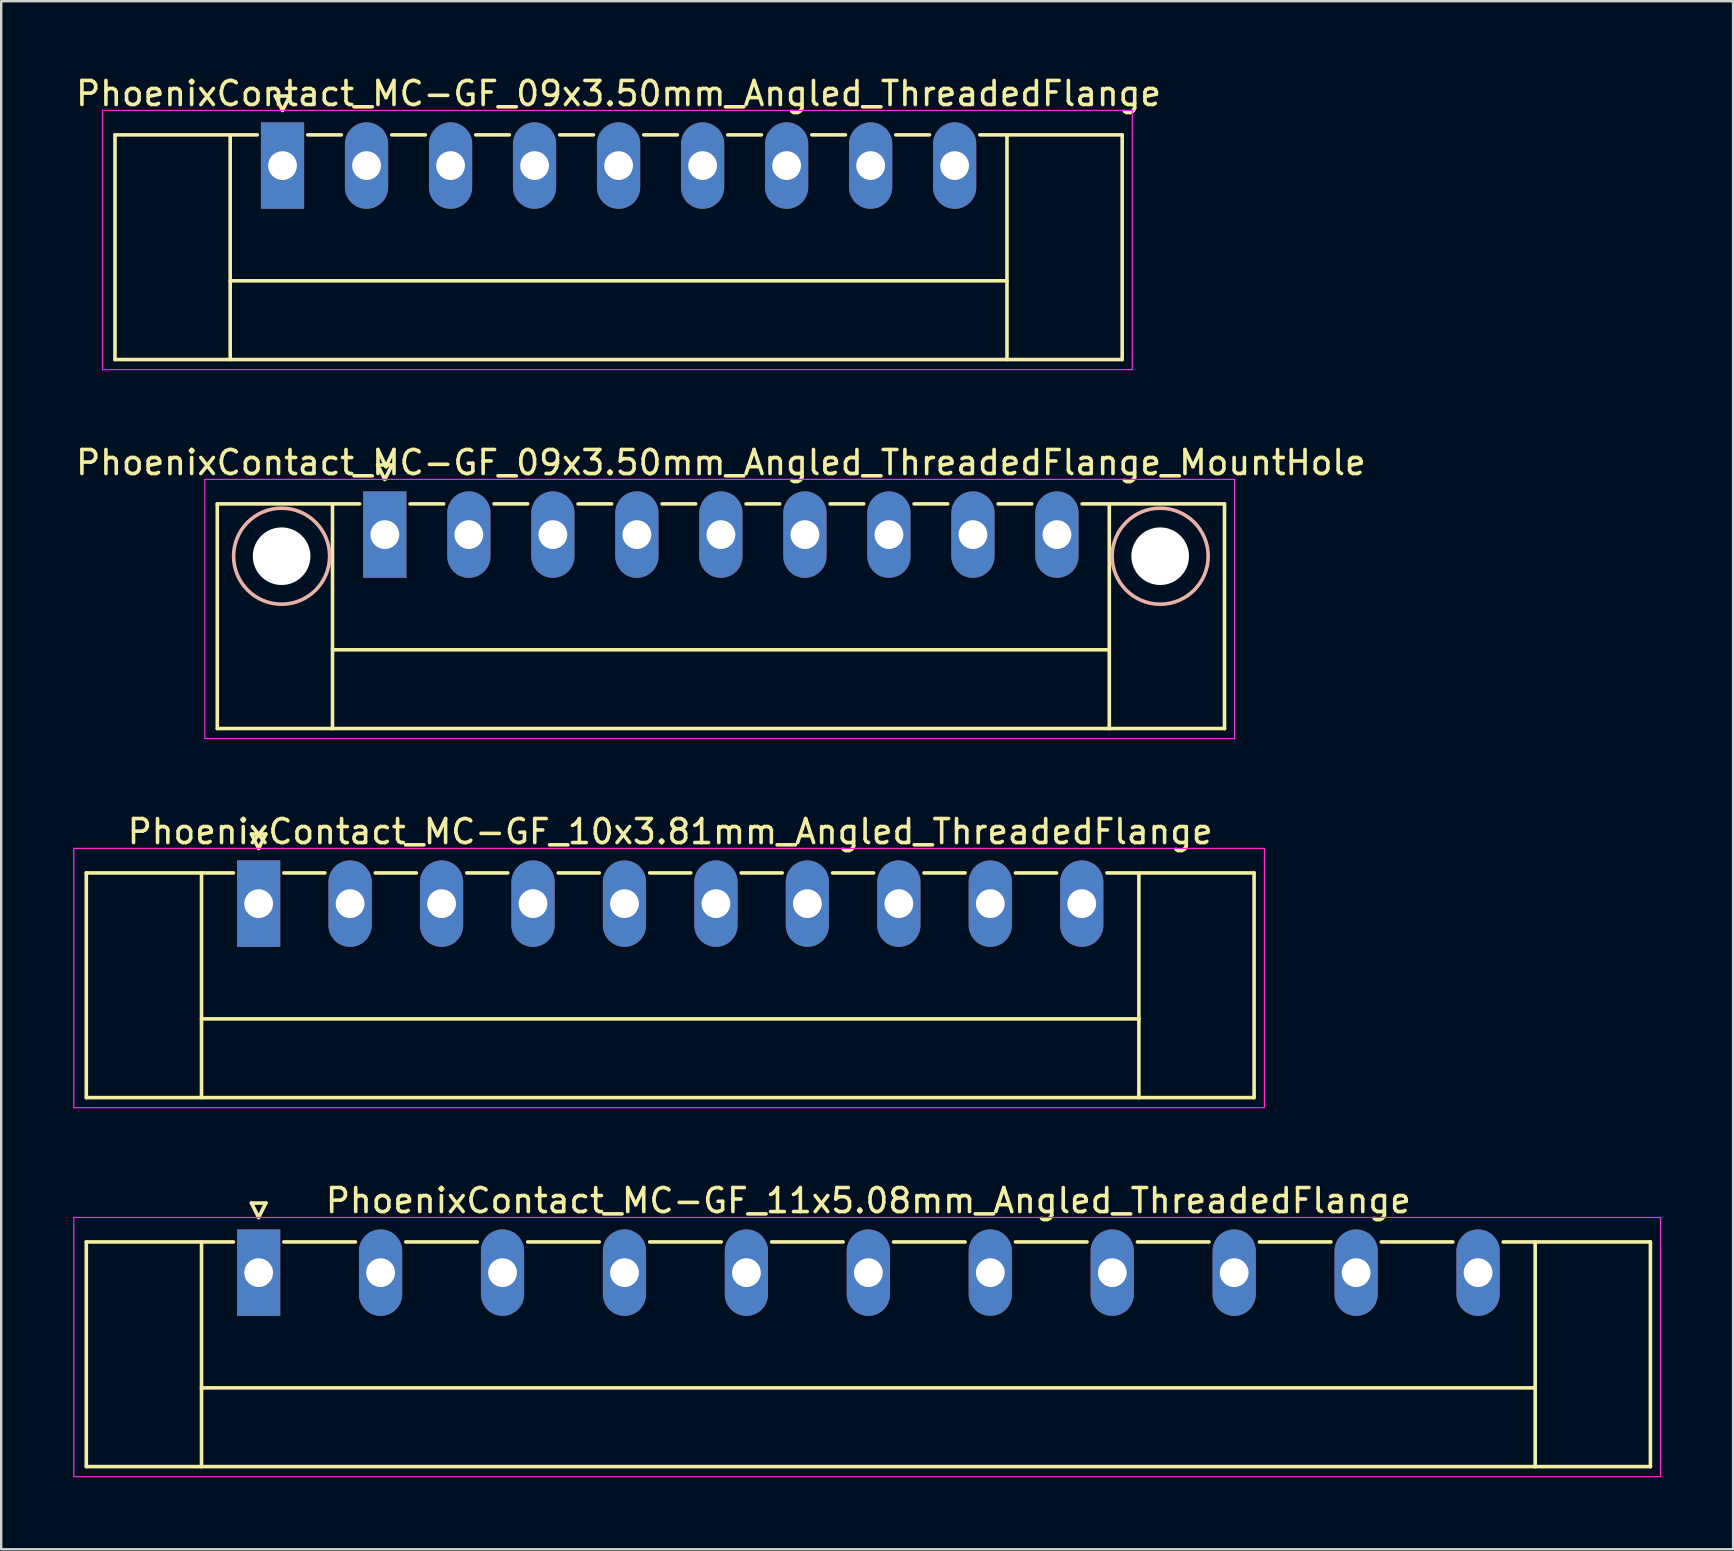
<source format=kicad_pcb>
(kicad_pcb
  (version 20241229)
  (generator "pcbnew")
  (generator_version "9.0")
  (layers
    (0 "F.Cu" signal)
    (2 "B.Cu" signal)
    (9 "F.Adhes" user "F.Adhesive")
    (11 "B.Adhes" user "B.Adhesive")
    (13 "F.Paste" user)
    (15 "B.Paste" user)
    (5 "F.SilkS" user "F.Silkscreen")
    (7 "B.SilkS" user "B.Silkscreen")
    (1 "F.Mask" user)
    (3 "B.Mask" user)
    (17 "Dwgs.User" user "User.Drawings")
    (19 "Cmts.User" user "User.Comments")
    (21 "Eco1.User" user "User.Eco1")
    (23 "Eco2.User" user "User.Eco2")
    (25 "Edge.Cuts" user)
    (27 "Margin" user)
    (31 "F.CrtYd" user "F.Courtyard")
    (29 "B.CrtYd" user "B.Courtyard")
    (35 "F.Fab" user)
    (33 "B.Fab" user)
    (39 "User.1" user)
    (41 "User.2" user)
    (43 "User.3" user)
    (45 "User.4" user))
  (footprint "PhoenixContact_MC-GF_09x3.50mm_Angled_ThreadedFlange"
    (layer "F.Cu")
    (at 8.72 3.848)
    (property "Reference" "PhoenixContact_MC-GF_09x3.50mm_Angled_ThreadedFlange" (at 14 -3 0) (layer "F.SilkS") (effects (font (size 1 1) (thickness 0.15))))
    (attr through_hole)
    (fp_line (start -6.98 -1.28) (end -6.98 8.08) (stroke (width 0.15) (type solid)) (layer "F.SilkS"))
    (fp_line (start -6.98 -1.28) (end -1.05 -1.28) (stroke (width 0.15) (type solid)) (layer "F.SilkS"))
    (fp_line (start -6.98 8.08) (end 34.98 8.08) (stroke (width 0.15) (type solid)) (layer "F.SilkS"))
    (fp_line (start -2.18 -1.28) (end -2.18 8.08) (stroke (width 0.15) (type solid)) (layer "F.SilkS"))
    (fp_line (start -2.18 4.8) (end 30.18 4.8) (stroke (width 0.15) (type solid)) (layer "F.SilkS"))
    (fp_line (start -0.3 -2.9) (end 0 -2.3) (stroke (width 0.15) (type solid)) (layer "F.SilkS"))
    (fp_line (start 0 -2.3) (end 0.3 -2.9) (stroke (width 0.15) (type solid)) (layer "F.SilkS"))
    (fp_line (start 0.3 -2.9) (end -0.3 -2.9) (stroke (width 0.15) (type solid)) (layer "F.SilkS"))
    (fp_line (start 1.05 -1.28) (end 2.45 -1.28) (stroke (width 0.15) (type solid)) (layer "F.SilkS"))
    (fp_line (start 4.55 -1.28) (end 5.95 -1.28) (stroke (width 0.15) (type solid)) (layer "F.SilkS"))
    (fp_line (start 8.05 -1.28) (end 9.45 -1.28) (stroke (width 0.15) (type solid)) (layer "F.SilkS"))
    (fp_line (start 11.55 -1.28) (end 12.95 -1.28) (stroke (width 0.15) (type solid)) (layer "F.SilkS"))
    (fp_line (start 15.05 -1.28) (end 16.45 -1.28) (stroke (width 0.15) (type solid)) (layer "F.SilkS"))
    (fp_line (start 18.55 -1.28) (end 19.95 -1.28) (stroke (width 0.15) (type solid)) (layer "F.SilkS"))
    (fp_line (start 22.05 -1.28) (end 23.45 -1.28) (stroke (width 0.15) (type solid)) (layer "F.SilkS"))
    (fp_line (start 25.55 -1.28) (end 26.95 -1.28) (stroke (width 0.15) (type solid)) (layer "F.SilkS"))
    (fp_line (start 30.18 -1.28) (end 30.18 8.08) (stroke (width 0.15) (type solid)) (layer "F.SilkS"))
    (fp_line (start 34.98 -1.28) (end 29.05 -1.28) (stroke (width 0.15) (type solid)) (layer "F.SilkS"))
    (fp_line (start 34.98 8.08) (end 34.98 -1.28) (stroke (width 0.15) (type solid)) (layer "F.SilkS"))
    (fp_line (start -7.5 -2.3) (end -7.5 8.5) (stroke (width 0.05) (type solid)) (layer "F.CrtYd"))
    (fp_line (start -7.5 8.5) (end 35.4 8.5) (stroke (width 0.05) (type solid)) (layer "F.CrtYd"))
    (fp_line (start 35.4 -2.3) (end -7.5 -2.3) (stroke (width 0.05) (type solid)) (layer "F.CrtYd"))
    (fp_line (start 35.4 8.5) (end 35.4 -2.3) (stroke (width 0.05) (type solid)) (layer "F.CrtYd"))
    (pad "1" thru_hole rect (at 0 0) (size 1.8 3.6) (drill 1.2) (layers "*.Cu" "*.Mask"))
    (pad "2" thru_hole oval (at 3.5 0) (size 1.8 3.6) (drill 1.2) (layers "*.Cu" "*.Mask"))
    (pad "3" thru_hole oval (at 7 0) (size 1.8 3.6) (drill 1.2) (layers "*.Cu" "*.Mask"))
    (pad "4" thru_hole oval (at 10.5 0) (size 1.8 3.6) (drill 1.2) (layers "*.Cu" "*.Mask"))
    (pad "5" thru_hole oval (at 14 0) (size 1.8 3.6) (drill 1.2) (layers "*.Cu" "*.Mask"))
    (pad "6" thru_hole oval (at 17.5 0) (size 1.8 3.6) (drill 1.2) (layers "*.Cu" "*.Mask"))
    (pad "7" thru_hole oval (at 21 0) (size 1.8 3.6) (drill 1.2) (layers "*.Cu" "*.Mask"))
    (pad "8" thru_hole oval (at 24.5 0) (size 1.8 3.6) (drill 1.2) (layers "*.Cu" "*.Mask"))
    (pad "9" thru_hole oval (at 28 0) (size 1.8 3.6) (drill 1.2) (layers "*.Cu" "*.Mask")))
  (footprint "PhoenixContact_MC-GF_09x3.50mm_Angled_ThreadedFlange_MountHole"
    (layer "F.Cu")
    (at 12.982 19.221)
    (property "Reference" "PhoenixContact_MC-GF_09x3.50mm_Angled_ThreadedFlange_MountHole" (at 14 -3 0) (layer "F.SilkS") (effects (font (size 1 1) (thickness 0.15))))
    (attr through_hole)
    (fp_line (start -6.98 -1.28) (end -6.98 8.08) (stroke (width 0.15) (type solid)) (layer "F.SilkS"))
    (fp_line (start -6.98 -1.28) (end -1.05 -1.28) (stroke (width 0.15) (type solid)) (layer "F.SilkS"))
    (fp_line (start -6.98 8.08) (end 34.98 8.08) (stroke (width 0.15) (type solid)) (layer "F.SilkS"))
    (fp_line (start -2.18 -1.28) (end -2.18 8.08) (stroke (width 0.15) (type solid)) (layer "F.SilkS"))
    (fp_line (start -2.18 4.8) (end 30.18 4.8) (stroke (width 0.15) (type solid)) (layer "F.SilkS"))
    (fp_line (start -0.3 -2.9) (end 0 -2.3) (stroke (width 0.15) (type solid)) (layer "F.SilkS"))
    (fp_line (start 0 -2.3) (end 0.3 -2.9) (stroke (width 0.15) (type solid)) (layer "F.SilkS"))
    (fp_line (start 0.3 -2.9) (end -0.3 -2.9) (stroke (width 0.15) (type solid)) (layer "F.SilkS"))
    (fp_line (start 1.05 -1.28) (end 2.45 -1.28) (stroke (width 0.15) (type solid)) (layer "F.SilkS"))
    (fp_line (start 4.55 -1.28) (end 5.95 -1.28) (stroke (width 0.15) (type solid)) (layer "F.SilkS"))
    (fp_line (start 8.05 -1.28) (end 9.45 -1.28) (stroke (width 0.15) (type solid)) (layer "F.SilkS"))
    (fp_line (start 11.55 -1.28) (end 12.95 -1.28) (stroke (width 0.15) (type solid)) (layer "F.SilkS"))
    (fp_line (start 15.05 -1.28) (end 16.45 -1.28) (stroke (width 0.15) (type solid)) (layer "F.SilkS"))
    (fp_line (start 18.55 -1.28) (end 19.95 -1.28) (stroke (width 0.15) (type solid)) (layer "F.SilkS"))
    (fp_line (start 22.05 -1.28) (end 23.45 -1.28) (stroke (width 0.15) (type solid)) (layer "F.SilkS"))
    (fp_line (start 25.55 -1.28) (end 26.95 -1.28) (stroke (width 0.15) (type solid)) (layer "F.SilkS"))
    (fp_line (start 30.18 -1.28) (end 30.18 8.08) (stroke (width 0.15) (type solid)) (layer "F.SilkS"))
    (fp_line (start 34.98 -1.28) (end 29.05 -1.28) (stroke (width 0.15) (type solid)) (layer "F.SilkS"))
    (fp_line (start 34.98 8.08) (end 34.98 -1.28) (stroke (width 0.15) (type solid)) (layer "F.SilkS"))
    (fp_circle (center -4.3 0.9) (end -2.3 0.9) (stroke (width 0.15) (type solid)) (fill no) (layer "B.SilkS"))
    (fp_circle (center 32.3 0.9) (end 34.3 0.9) (stroke (width 0.15) (type solid)) (fill no) (layer "B.SilkS"))
    (fp_line (start -7.5 -2.3) (end -7.5 8.5) (stroke (width 0.05) (type solid)) (layer "F.CrtYd"))
    (fp_line (start -7.5 8.5) (end 35.4 8.5) (stroke (width 0.05) (type solid)) (layer "F.CrtYd"))
    (fp_line (start 35.4 -2.3) (end -7.5 -2.3) (stroke (width 0.05) (type solid)) (layer "F.CrtYd"))
    (fp_line (start 35.4 8.5) (end 35.4 -2.3) (stroke (width 0.05) (type solid)) (layer "F.CrtYd"))
    (pad "" np_thru_hole circle (at -4.3 0.9) (size 2.4 2.4) (drill 2.4) (layers "*.Cu" "*.Mask"))
    (pad "" np_thru_hole circle (at 32.3 0.9) (size 2.4 2.4) (drill 2.4) (layers "*.Cu" "*.Mask"))
    (pad "1" thru_hole rect (at 0 0) (size 1.8 3.6) (drill 1.2) (layers "*.Cu" "*.Mask"))
    (pad "2" thru_hole oval (at 3.5 0) (size 1.8 3.6) (drill 1.2) (layers "*.Cu" "*.Mask"))
    (pad "3" thru_hole oval (at 7 0) (size 1.8 3.6) (drill 1.2) (layers "*.Cu" "*.Mask"))
    (pad "4" thru_hole oval (at 10.5 0) (size 1.8 3.6) (drill 1.2) (layers "*.Cu" "*.Mask"))
    (pad "5" thru_hole oval (at 14 0) (size 1.8 3.6) (drill 1.2) (layers "*.Cu" "*.Mask"))
    (pad "6" thru_hole oval (at 17.5 0) (size 1.8 3.6) (drill 1.2) (layers "*.Cu" "*.Mask"))
    (pad "7" thru_hole oval (at 21 0) (size 1.8 3.6) (drill 1.2) (layers "*.Cu" "*.Mask"))
    (pad "8" thru_hole oval (at 24.5 0) (size 1.8 3.6) (drill 1.2) (layers "*.Cu" "*.Mask"))
    (pad "9" thru_hole oval (at 28 0) (size 1.8 3.6) (drill 1.2) (layers "*.Cu" "*.Mask")))
  (footprint "PhoenixContact_MC-GF_10x3.81mm_Angled_ThreadedFlange"
    (layer "F.Cu")
    (at 7.725 34.595)
    (property "Reference" "PhoenixContact_MC-GF_10x3.81mm_Angled_ThreadedFlange" (at 17.145 -3 0) (layer "F.SilkS") (effects (font (size 1 1) (thickness 0.15))))
    (attr through_hole)
    (fp_line (start -7.18 -1.28) (end -7.18 8.08) (stroke (width 0.15) (type solid)) (layer "F.SilkS"))
    (fp_line (start -7.18 -1.28) (end -1.05 -1.28) (stroke (width 0.15) (type solid)) (layer "F.SilkS"))
    (fp_line (start -7.18 8.08) (end 41.47 8.08) (stroke (width 0.15) (type solid)) (layer "F.SilkS"))
    (fp_line (start -2.38 -1.28) (end -2.38 8.08) (stroke (width 0.15) (type solid)) (layer "F.SilkS"))
    (fp_line (start -2.38 4.8) (end 36.67 4.8) (stroke (width 0.15) (type solid)) (layer "F.SilkS"))
    (fp_line (start -0.3 -2.9) (end 0 -2.3) (stroke (width 0.15) (type solid)) (layer "F.SilkS"))
    (fp_line (start 0 -2.3) (end 0.3 -2.9) (stroke (width 0.15) (type solid)) (layer "F.SilkS"))
    (fp_line (start 0.3 -2.9) (end -0.3 -2.9) (stroke (width 0.15) (type solid)) (layer "F.SilkS"))
    (fp_line (start 1.05 -1.28) (end 2.76 -1.28) (stroke (width 0.15) (type solid)) (layer "F.SilkS"))
    (fp_line (start 4.86 -1.28) (end 6.57 -1.28) (stroke (width 0.15) (type solid)) (layer "F.SilkS"))
    (fp_line (start 8.67 -1.28) (end 10.38 -1.28) (stroke (width 0.15) (type solid)) (layer "F.SilkS"))
    (fp_line (start 12.48 -1.28) (end 14.19 -1.28) (stroke (width 0.15) (type solid)) (layer "F.SilkS"))
    (fp_line (start 16.29 -1.28) (end 18 -1.28) (stroke (width 0.15) (type solid)) (layer "F.SilkS"))
    (fp_line (start 20.1 -1.28) (end 21.81 -1.28) (stroke (width 0.15) (type solid)) (layer "F.SilkS"))
    (fp_line (start 23.91 -1.28) (end 25.62 -1.28) (stroke (width 0.15) (type solid)) (layer "F.SilkS"))
    (fp_line (start 27.72 -1.28) (end 29.43 -1.28) (stroke (width 0.15) (type solid)) (layer "F.SilkS"))
    (fp_line (start 31.53 -1.28) (end 33.24 -1.28) (stroke (width 0.15) (type solid)) (layer "F.SilkS"))
    (fp_line (start 36.67 -1.28) (end 36.67 8.08) (stroke (width 0.15) (type solid)) (layer "F.SilkS"))
    (fp_line (start 41.47 -1.28) (end 35.34 -1.28) (stroke (width 0.15) (type solid)) (layer "F.SilkS"))
    (fp_line (start 41.47 8.08) (end 41.47 -1.28) (stroke (width 0.15) (type solid)) (layer "F.SilkS"))
    (fp_line (start -7.7 -2.3) (end -7.7 8.5) (stroke (width 0.05) (type solid)) (layer "F.CrtYd"))
    (fp_line (start -7.7 8.5) (end 41.9 8.5) (stroke (width 0.05) (type solid)) (layer "F.CrtYd"))
    (fp_line (start 41.9 -2.3) (end -7.7 -2.3) (stroke (width 0.05) (type solid)) (layer "F.CrtYd"))
    (fp_line (start 41.9 8.5) (end 41.9 -2.3) (stroke (width 0.05) (type solid)) (layer "F.CrtYd"))
    (pad "1" thru_hole rect (at 0 0) (size 1.8 3.6) (drill 1.2) (layers "*.Cu" "*.Mask"))
    (pad "2" thru_hole oval (at 3.81 0) (size 1.8 3.6) (drill 1.2) (layers "*.Cu" "*.Mask"))
    (pad "3" thru_hole oval (at 7.62 0) (size 1.8 3.6) (drill 1.2) (layers "*.Cu" "*.Mask"))
    (pad "4" thru_hole oval (at 11.43 0) (size 1.8 3.6) (drill 1.2) (layers "*.Cu" "*.Mask"))
    (pad "5" thru_hole oval (at 15.24 0) (size 1.8 3.6) (drill 1.2) (layers "*.Cu" "*.Mask"))
    (pad "6" thru_hole oval (at 19.05 0) (size 1.8 3.6) (drill 1.2) (layers "*.Cu" "*.Mask"))
    (pad "7" thru_hole oval (at 22.86 0) (size 1.8 3.6) (drill 1.2) (layers "*.Cu" "*.Mask"))
    (pad "8" thru_hole oval (at 26.67 0) (size 1.8 3.6) (drill 1.2) (layers "*.Cu" "*.Mask"))
    (pad "9" thru_hole oval (at 30.48 0) (size 1.8 3.6) (drill 1.2) (layers "*.Cu" "*.Mask"))
    (pad "10" thru_hole oval (at 34.29 0) (size 1.8 3.6) (drill 1.2) (layers "*.Cu" "*.Mask")))
  (footprint "PhoenixContact_MC-GF_11x5.08mm_Angled_ThreadedFlange"
    (layer "F.Cu")
    (at 7.725 49.968)
    (property "Reference" "PhoenixContact_MC-GF_11x5.08mm_Angled_ThreadedFlange" (at 25.4 -3 0) (layer "F.SilkS") (effects (font (size 1 1) (thickness 0.15))))
    (attr through_hole)
    (fp_line (start -7.18 -1.28) (end -7.18 8.08) (stroke (width 0.15) (type solid)) (layer "F.SilkS"))
    (fp_line (start -7.18 -1.28) (end -1.05 -1.28) (stroke (width 0.15) (type solid)) (layer "F.SilkS"))
    (fp_line (start -7.18 8.08) (end 57.98 8.08) (stroke (width 0.15) (type solid)) (layer "F.SilkS"))
    (fp_line (start -2.38 -1.28) (end -2.38 8.08) (stroke (width 0.15) (type solid)) (layer "F.SilkS"))
    (fp_line (start -2.38 4.8) (end 53.18 4.8) (stroke (width 0.15) (type solid)) (layer "F.SilkS"))
    (fp_line (start -0.3 -2.9) (end 0 -2.3) (stroke (width 0.15) (type solid)) (layer "F.SilkS"))
    (fp_line (start 0 -2.3) (end 0.3 -2.9) (stroke (width 0.15) (type solid)) (layer "F.SilkS"))
    (fp_line (start 0.3 -2.9) (end -0.3 -2.9) (stroke (width 0.15) (type solid)) (layer "F.SilkS"))
    (fp_line (start 1.05 -1.28) (end 4.03 -1.28) (stroke (width 0.15) (type solid)) (layer "F.SilkS"))
    (fp_line (start 6.13 -1.28) (end 9.11 -1.28) (stroke (width 0.15) (type solid)) (layer "F.SilkS"))
    (fp_line (start 11.21 -1.28) (end 14.19 -1.28) (stroke (width 0.15) (type solid)) (layer "F.SilkS"))
    (fp_line (start 16.29 -1.28) (end 19.27 -1.28) (stroke (width 0.15) (type solid)) (layer "F.SilkS"))
    (fp_line (start 21.37 -1.28) (end 24.35 -1.28) (stroke (width 0.15) (type solid)) (layer "F.SilkS"))
    (fp_line (start 26.45 -1.28) (end 29.43 -1.28) (stroke (width 0.15) (type solid)) (layer "F.SilkS"))
    (fp_line (start 31.53 -1.28) (end 34.51 -1.28) (stroke (width 0.15) (type solid)) (layer "F.SilkS"))
    (fp_line (start 36.61 -1.28) (end 39.59 -1.28) (stroke (width 0.15) (type solid)) (layer "F.SilkS"))
    (fp_line (start 41.69 -1.28) (end 44.67 -1.28) (stroke (width 0.15) (type solid)) (layer "F.SilkS"))
    (fp_line (start 46.77 -1.28) (end 49.75 -1.28) (stroke (width 0.15) (type solid)) (layer "F.SilkS"))
    (fp_line (start 53.18 -1.28) (end 53.18 8.08) (stroke (width 0.15) (type solid)) (layer "F.SilkS"))
    (fp_line (start 57.98 -1.28) (end 51.85 -1.28) (stroke (width 0.15) (type solid)) (layer "F.SilkS"))
    (fp_line (start 57.98 8.08) (end 57.98 -1.28) (stroke (width 0.15) (type solid)) (layer "F.SilkS"))
    (fp_line (start -7.7 -2.3) (end -7.7 8.5) (stroke (width 0.05) (type solid)) (layer "F.CrtYd"))
    (fp_line (start -7.7 8.5) (end 58.4 8.5) (stroke (width 0.05) (type solid)) (layer "F.CrtYd"))
    (fp_line (start 58.4 -2.3) (end -7.7 -2.3) (stroke (width 0.05) (type solid)) (layer "F.CrtYd"))
    (fp_line (start 58.4 8.5) (end 58.4 -2.3) (stroke (width 0.05) (type solid)) (layer "F.CrtYd"))
    (pad "1" thru_hole rect (at 0 0) (size 1.8 3.6) (drill 1.2) (layers "*.Cu" "*.Mask"))
    (pad "2" thru_hole oval (at 5.08 0) (size 1.8 3.6) (drill 1.2) (layers "*.Cu" "*.Mask"))
    (pad "3" thru_hole oval (at 10.16 0) (size 1.8 3.6) (drill 1.2) (layers "*.Cu" "*.Mask"))
    (pad "4" thru_hole oval (at 15.24 0) (size 1.8 3.6) (drill 1.2) (layers "*.Cu" "*.Mask"))
    (pad "5" thru_hole oval (at 20.32 0) (size 1.8 3.6) (drill 1.2) (layers "*.Cu" "*.Mask"))
    (pad "6" thru_hole oval (at 25.4 0) (size 1.8 3.6) (drill 1.2) (layers "*.Cu" "*.Mask"))
    (pad "7" thru_hole oval (at 30.48 0) (size 1.8 3.6) (drill 1.2) (layers "*.Cu" "*.Mask"))
    (pad "8" thru_hole oval (at 35.56 0) (size 1.8 3.6) (drill 1.2) (layers "*.Cu" "*.Mask"))
    (pad "9" thru_hole oval (at 40.64 0) (size 1.8 3.6) (drill 1.2) (layers "*.Cu" "*.Mask"))
    (pad "10" thru_hole oval (at 45.72 0) (size 1.8 3.6) (drill 1.2) (layers "*.Cu" "*.Mask"))
    (pad "11" thru_hole oval (at 50.8 0) (size 1.8 3.6) (drill 1.2) (layers "*.Cu" "*.Mask")))
  (gr_rect
    (start -3 -3)
    (end 69.15 61.493)
    (stroke (width 0.1) (type default))
    (fill no)
    (layer "Edge.Cuts")))
</source>
